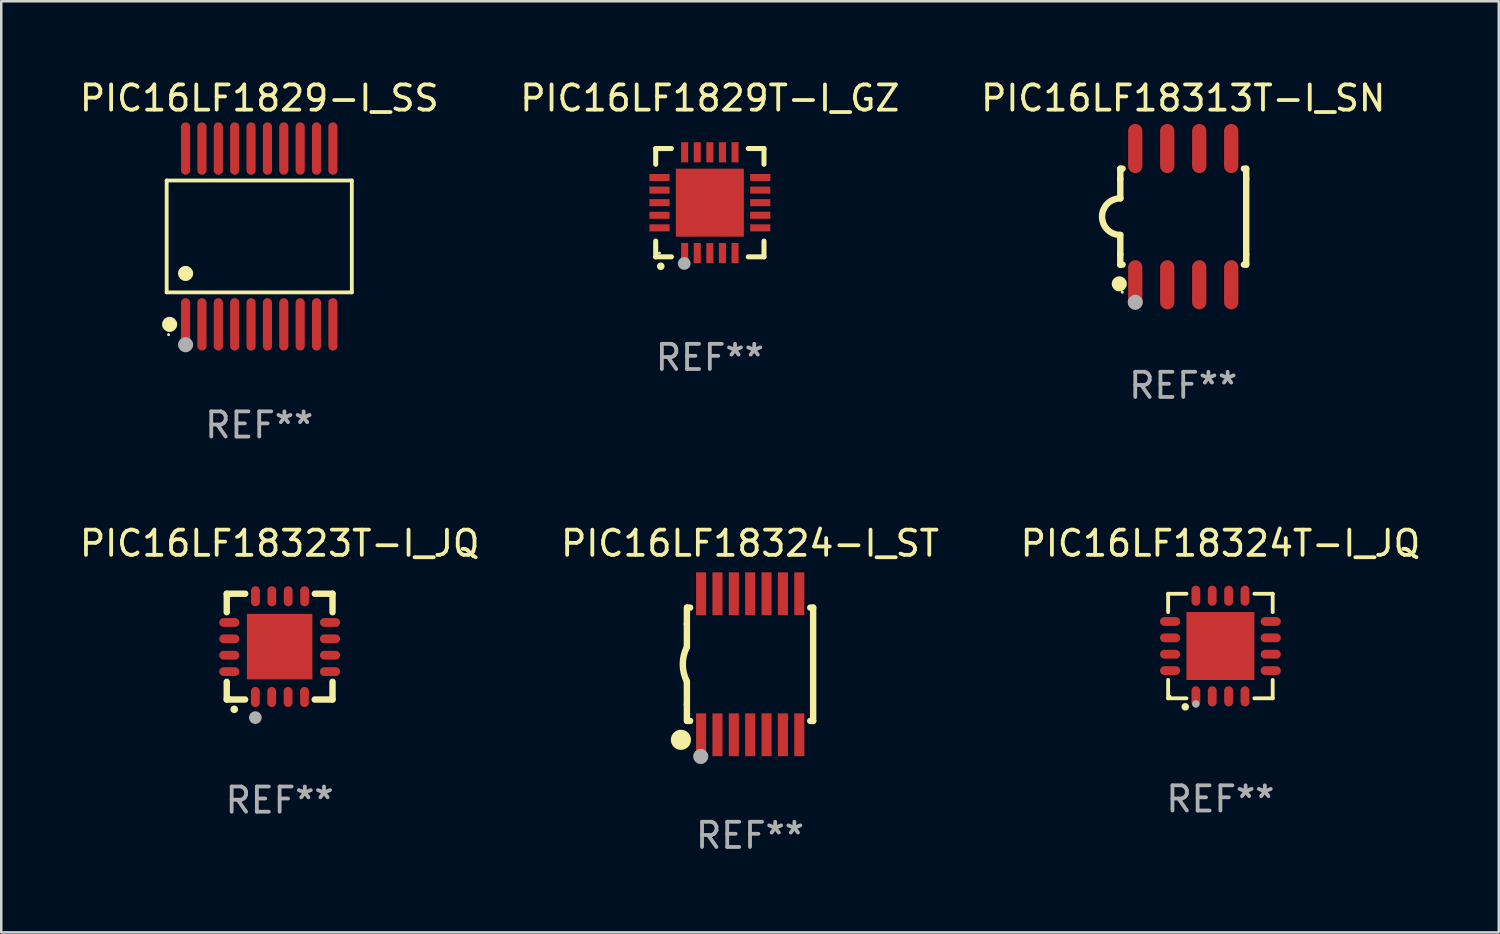
<source format=kicad_pcb>
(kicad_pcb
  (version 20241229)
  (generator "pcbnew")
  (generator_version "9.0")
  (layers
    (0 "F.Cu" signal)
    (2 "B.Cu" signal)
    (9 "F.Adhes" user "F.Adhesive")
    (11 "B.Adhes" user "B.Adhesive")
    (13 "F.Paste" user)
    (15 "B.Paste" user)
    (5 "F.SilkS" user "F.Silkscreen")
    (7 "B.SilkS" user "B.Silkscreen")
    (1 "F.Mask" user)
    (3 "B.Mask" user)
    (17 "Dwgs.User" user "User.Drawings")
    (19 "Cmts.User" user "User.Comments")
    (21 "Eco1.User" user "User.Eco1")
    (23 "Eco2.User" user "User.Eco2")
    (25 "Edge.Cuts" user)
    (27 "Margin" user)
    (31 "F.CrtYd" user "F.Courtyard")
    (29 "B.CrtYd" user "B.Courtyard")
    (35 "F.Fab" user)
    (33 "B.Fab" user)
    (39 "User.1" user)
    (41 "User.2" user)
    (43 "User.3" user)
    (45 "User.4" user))
  (footprint "PIC16LF1829T-I_GZ"
    (layer "F.Cu")
    (at 25.137 4.998)
    (property "Reference" "PIC16LF1829T-I_GZ" (at 0 -4.15 0) (layer "F.SilkS") (effects (font (size 1 1) (thickness 0.15))))
    (attr through_hole)
    (fp_line (start -2.15 -2.15) (end -2.15 -1.525) (stroke (width 0.2) (type solid)) (layer "F.SilkS"))
    (fp_line (start -2.15 2.15) (end -2.15 1.525) (stroke (width 0.2) (type solid)) (layer "F.SilkS"))
    (fp_line (start -1.525 -2.15) (end -2.15 -2.15) (stroke (width 0.2) (type solid)) (layer "F.SilkS"))
    (fp_line (start -1.525 2.15) (end -2.15 2.15) (stroke (width 0.2) (type solid)) (layer "F.SilkS"))
    (fp_line (start 1.525 2.15) (end 2.15 2.15) (stroke (width 0.2) (type solid)) (layer "F.SilkS"))
    (fp_line (start 2.15 -2.15) (end 1.525 -2.15) (stroke (width 0.2) (type solid)) (layer "F.SilkS"))
    (fp_line (start 2.15 -1.525) (end 2.15 -2.15) (stroke (width 0.2) (type solid)) (layer "F.SilkS"))
    (fp_line (start 2.15 2.15) (end 2.15 1.525) (stroke (width 0.2) (type solid)) (layer "F.SilkS"))
    (fp_arc (start -1.950724 2.524765) (mid -1.949454 2.52476) (end -1.948184 2.524765) (stroke (width 0.3) (type solid)) (layer "F.SilkS"))
    (fp_circle (center -2 2) (end -1.97 2) (stroke (width 0.06) (type solid)) (fill no) (layer "F.SilkS"))
    (fp_circle (center -1.016 2.413) (end -0.889 2.413) (stroke (width 0.254) (type solid)) (fill no) (layer "F.Fab"))
    (fp_text user "REF**" (at 0 6.15 0) (layer "F.Fab") (effects (font (size 1 1) (thickness 0.15))))
    (pad "1" smd rect (at -1 2 180) (size 0.28 0.8) (layers "F.Cu" "F.Mask" "F.Paste"))
    (pad "2" smd rect (at -0.5 2 180) (size 0.28 0.8) (layers "F.Cu" "F.Mask" "F.Paste"))
    (pad "3" smd rect (at 0 2 180) (size 0.28 0.8) (layers "F.Cu" "F.Mask" "F.Paste"))
    (pad "4" smd rect (at 0.5 2 180) (size 0.28 0.8) (layers "F.Cu" "F.Mask" "F.Paste"))
    (pad "5" smd rect (at 1 2 180) (size 0.28 0.8) (layers "F.Cu" "F.Mask" "F.Paste"))
    (pad "6" smd rect (at 2 1 90) (size 0.28 0.8) (layers "F.Cu" "F.Mask" "F.Paste"))
    (pad "7" smd rect (at 2 0.5 90) (size 0.28 0.8) (layers "F.Cu" "F.Mask" "F.Paste"))
    (pad "8" smd rect (at 2 0 90) (size 0.28 0.8) (layers "F.Cu" "F.Mask" "F.Paste"))
    (pad "9" smd rect (at 2 -0.5 90) (size 0.28 0.8) (layers "F.Cu" "F.Mask" "F.Paste"))
    (pad "10" smd rect (at 2 -1 90) (size 0.28 0.8) (layers "F.Cu" "F.Mask" "F.Paste"))
    (pad "11" smd rect (at 1 -2 180) (size 0.28 0.8) (layers "F.Cu" "F.Mask" "F.Paste"))
    (pad "12" smd rect (at 0.5 -2 180) (size 0.28 0.8) (layers "F.Cu" "F.Mask" "F.Paste"))
    (pad "13" smd rect (at 0 -2 180) (size 0.28 0.8) (layers "F.Cu" "F.Mask" "F.Paste"))
    (pad "14" smd rect (at -0.5 -2 180) (size 0.28 0.8) (layers "F.Cu" "F.Mask" "F.Paste"))
    (pad "15" smd rect (at -1 -2 180) (size 0.28 0.8) (layers "F.Cu" "F.Mask" "F.Paste"))
    (pad "16" smd rect (at -2 -1 90) (size 0.28 0.8) (layers "F.Cu" "F.Mask" "F.Paste"))
    (pad "17" smd rect (at -2 -0.5 90) (size 0.28 0.8) (layers "F.Cu" "F.Mask" "F.Paste"))
    (pad "18" smd rect (at -2 0 90) (size 0.28 0.8) (layers "F.Cu" "F.Mask" "F.Paste"))
    (pad "19" smd rect (at -2 0.5 90) (size 0.28 0.8) (layers "F.Cu" "F.Mask" "F.Paste"))
    (pad "20" smd rect (at -2 1 90) (size 0.28 0.8) (layers "F.Cu" "F.Mask" "F.Paste"))
    (pad "21" smd rect (at 0 0 90) (size 2.7 2.7) (layers "F.Cu" "F.Mask" "F.Paste")))
  (footprint "PIC16LF18324T-I_JQ"
    (layer "F.Cu")
    (at 45.411 22.603)
    (property "Reference" "PIC16LF18324T-I_JQ" (at 0 -4.076 0) (layer "F.SilkS") (effects (font (size 1 1) (thickness 0.15))))
    (attr through_hole)
    (fp_line (start -2.076 -2.076) (end -1.347 -2.076) (stroke (width 0.152) (type solid)) (layer "F.SilkS"))
    (fp_line (start -2.076 -1.347) (end -2.076 -2.076) (stroke (width 0.152) (type solid)) (layer "F.SilkS"))
    (fp_line (start -2.076 1.347) (end -2.076 2.076) (stroke (width 0.152) (type solid)) (layer "F.SilkS"))
    (fp_line (start -2.076 2.076) (end -1.347 2.076) (stroke (width 0.152) (type solid)) (layer "F.SilkS"))
    (fp_line (start 2.076 -2.076) (end 1.347 -2.076) (stroke (width 0.152) (type solid)) (layer "F.SilkS"))
    (fp_line (start 2.076 -1.347) (end 2.076 -2.076) (stroke (width 0.152) (type solid)) (layer "F.SilkS"))
    (fp_line (start 2.076 1.347) (end 2.076 2.076) (stroke (width 0.152) (type solid)) (layer "F.SilkS"))
    (fp_line (start 2.076 2.076) (end 1.347 2.076) (stroke (width 0.152) (type solid)) (layer "F.SilkS"))
    (fp_circle (center -2 2) (end -1.97 2) (stroke (width 0.06) (type solid)) (fill no) (layer "F.SilkS"))
    (fp_circle (center -1.397 2.413) (end -1.322 2.413) (stroke (width 0.15) (type solid)) (fill no) (layer "F.SilkS"))
    (fp_circle (center -0.975 2.3) (end -0.9 2.3) (stroke (width 0.15) (type solid)) (fill no) (layer "F.Fab"))
    (fp_text user "REF**" (at 0 6.076 0) (layer "F.Fab") (effects (font (size 1 1) (thickness 0.15))))
    (pad "1" smd oval (at -0.975 1.998) (size 0.35 0.8) (layers "F.Cu" "F.Mask" "F.Paste"))
    (pad "2" smd oval (at -0.325 1.998) (size 0.35 0.8) (layers "F.Cu" "F.Mask" "F.Paste"))
    (pad "3" smd oval (at 0.325 1.998) (size 0.35 0.8) (layers "F.Cu" "F.Mask" "F.Paste"))
    (pad "4" smd oval (at 0.975 1.998) (size 0.35 0.8) (layers "F.Cu" "F.Mask" "F.Paste"))
    (pad "5" smd oval (at 1.998 0.975) (size 0.8 0.35) (layers "F.Cu" "F.Mask" "F.Paste"))
    (pad "6" smd oval (at 1.998 0.325) (size 0.8 0.35) (layers "F.Cu" "F.Mask" "F.Paste"))
    (pad "7" smd oval (at 1.998 -0.325) (size 0.8 0.35) (layers "F.Cu" "F.Mask" "F.Paste"))
    (pad "8" smd oval (at 1.998 -0.975) (size 0.8 0.35) (layers "F.Cu" "F.Mask" "F.Paste"))
    (pad "9" smd oval (at 0.975 -1.998) (size 0.35 0.8) (layers "F.Cu" "F.Mask" "F.Paste"))
    (pad "10" smd oval (at 0.325 -1.998) (size 0.35 0.8) (layers "F.Cu" "F.Mask" "F.Paste"))
    (pad "11" smd oval (at -0.325 -1.998) (size 0.35 0.8) (layers "F.Cu" "F.Mask" "F.Paste"))
    (pad "12" smd oval (at -0.975 -1.998) (size 0.35 0.8) (layers "F.Cu" "F.Mask" "F.Paste"))
    (pad "13" smd oval (at -1.998 -0.975) (size 0.8 0.35) (layers "F.Cu" "F.Mask" "F.Paste"))
    (pad "14" smd oval (at -1.998 -0.325) (size 0.8 0.35) (layers "F.Cu" "F.Mask" "F.Paste"))
    (pad "15" smd oval (at -1.998 0.325) (size 0.8 0.35) (layers "F.Cu" "F.Mask" "F.Paste"))
    (pad "16" smd oval (at -1.998 0.975) (size 0.8 0.35) (layers "F.Cu" "F.Mask" "F.Paste"))
    (pad "17" smd rect (at 0 0) (size 2.7 2.7) (layers "F.Cu" "F.Mask" "F.Paste")))
  (footprint "PIC16LF1829-I_SS"
    (layer "F.Cu")
    (at 7.244 6.339)
    (property "Reference" "PIC16LF1829-I_SS" (at 0 -5.491 0) (layer "F.SilkS") (effects (font (size 1 1) (thickness 0.15))))
    (attr through_hole)
    (fp_line (start -3.676 -2.221) (end 3.676 -2.221) (stroke (width 0.152) (type solid)) (layer "F.SilkS"))
    (fp_line (start -3.676 2.221) (end -3.676 -2.221) (stroke (width 0.152) (type solid)) (layer "F.SilkS"))
    (fp_line (start 3.676 -2.221) (end 3.676 2.221) (stroke (width 0.152) (type solid)) (layer "F.SilkS"))
    (fp_line (start 3.676 2.221) (end -3.676 2.221) (stroke (width 0.152) (type solid)) (layer "F.SilkS"))
    (fp_circle (center -3.6 3.9) (end -3.57 3.9) (stroke (width 0.06) (type solid)) (fill no) (layer "F.SilkS"))
    (fp_circle (center -3.559 3.491) (end -3.409 3.491) (stroke (width 0.3) (type solid)) (fill no) (layer "F.SilkS"))
    (fp_circle (center -2.925 1.469) (end -2.775 1.469) (stroke (width 0.3) (type solid)) (fill no) (layer "F.SilkS"))
    (fp_circle (center -2.925 4.3) (end -2.775 4.3) (stroke (width 0.3) (type solid)) (fill no) (layer "F.Fab"))
    (fp_text user "REF**" (at 0 7.491 0) (layer "F.Fab") (effects (font (size 1 1) (thickness 0.15))))
    (pad "1" smd oval (at -2.925 3.491) (size 0.364 2.082) (layers "F.Cu" "F.Mask" "F.Paste"))
    (pad "2" smd oval (at -2.275 3.491) (size 0.364 2.082) (layers "F.Cu" "F.Mask" "F.Paste"))
    (pad "3" smd oval (at -1.625 3.491) (size 0.364 2.082) (layers "F.Cu" "F.Mask" "F.Paste"))
    (pad "4" smd oval (at -0.975 3.491) (size 0.364 2.082) (layers "F.Cu" "F.Mask" "F.Paste"))
    (pad "5" smd oval (at -0.325 3.491) (size 0.364 2.082) (layers "F.Cu" "F.Mask" "F.Paste"))
    (pad "6" smd oval (at 0.325 3.491) (size 0.364 2.082) (layers "F.Cu" "F.Mask" "F.Paste"))
    (pad "7" smd oval (at 0.975 3.491) (size 0.364 2.082) (layers "F.Cu" "F.Mask" "F.Paste"))
    (pad "8" smd oval (at 1.625 3.491) (size 0.364 2.082) (layers "F.Cu" "F.Mask" "F.Paste"))
    (pad "9" smd oval (at 2.275 3.491) (size 0.364 2.082) (layers "F.Cu" "F.Mask" "F.Paste"))
    (pad "10" smd oval (at 2.925 3.491) (size 0.364 2.082) (layers "F.Cu" "F.Mask" "F.Paste"))
    (pad "11" smd oval (at 2.925 -3.491) (size 0.364 2.082) (layers "F.Cu" "F.Mask" "F.Paste"))
    (pad "12" smd oval (at 2.275 -3.491) (size 0.364 2.082) (layers "F.Cu" "F.Mask" "F.Paste"))
    (pad "13" smd oval (at 1.625 -3.491) (size 0.364 2.082) (layers "F.Cu" "F.Mask" "F.Paste"))
    (pad "14" smd oval (at 0.975 -3.491) (size 0.364 2.082) (layers "F.Cu" "F.Mask" "F.Paste"))
    (pad "15" smd oval (at 0.325 -3.491) (size 0.364 2.082) (layers "F.Cu" "F.Mask" "F.Paste"))
    (pad "16" smd oval (at -0.325 -3.491) (size 0.364 2.082) (layers "F.Cu" "F.Mask" "F.Paste"))
    (pad "17" smd oval (at -0.975 -3.491) (size 0.364 2.082) (layers "F.Cu" "F.Mask" "F.Paste"))
    (pad "18" smd oval (at -1.625 -3.491) (size 0.364 2.082) (layers "F.Cu" "F.Mask" "F.Paste"))
    (pad "19" smd oval (at -2.275 -3.491) (size 0.364 2.082) (layers "F.Cu" "F.Mask" "F.Paste"))
    (pad "20" smd oval (at -2.925 -3.491) (size 0.364 2.082) (layers "F.Cu" "F.Mask" "F.Paste")))
  (footprint "PIC16LF18323T-I_JQ"
    (layer "F.Cu")
    (at 8.054 22.627)
    (property "Reference" "PIC16LF18323T-I_JQ" (at 0 -4.1 0) (layer "F.SilkS") (effects (font (size 1 1) (thickness 0.15))))
    (attr through_hole)
    (fp_line (start -2.1 -2.1) (end -1.366 -2.1) (stroke (width 0.254) (type solid)) (layer "F.SilkS"))
    (fp_line (start -2.1 -1.366) (end -2.1 -2.1) (stroke (width 0.254) (type solid)) (layer "F.SilkS"))
    (fp_line (start -2.1 2.1) (end -2.1 1.397) (stroke (width 0.254) (type solid)) (layer "F.SilkS"))
    (fp_line (start -2.1 2.1) (end -1.371 2.1) (stroke (width 0.254) (type solid)) (layer "F.SilkS"))
    (fp_line (start 1.392 2.1) (end 2.1 2.1) (stroke (width 0.254) (type solid)) (layer "F.SilkS"))
    (fp_line (start 1.397 -2.1) (end 2.1 -2.1) (stroke (width 0.254) (type solid)) (layer "F.SilkS"))
    (fp_line (start 2.1 -1.366) (end 2.1 -2.1) (stroke (width 0.254) (type solid)) (layer "F.SilkS"))
    (fp_line (start 2.1 2.1) (end 2.1 1.397) (stroke (width 0.254) (type solid)) (layer "F.SilkS"))
    (fp_arc (start -1.803404 2.489205) (mid -1.802134 2.4892) (end -1.800864 2.489205) (stroke (width 0.3) (type solid)) (layer "F.SilkS"))
    (fp_circle (center -2 2) (end -1.97 2) (stroke (width 0.06) (type solid)) (fill no) (layer "F.SilkS"))
    (fp_circle (center -0.965 2.819) (end -0.838 2.819) (stroke (width 0.254) (type solid)) (fill no) (layer "F.Fab"))
    (fp_text user "REF**" (at 0 6.1 0) (layer "F.Fab") (effects (font (size 1 1) (thickness 0.15))))
    (pad "1" smd oval (at -0.965 2) (size 0.35 0.8) (layers "F.Cu" "F.Mask" "F.Paste"))
    (pad "2" smd oval (at -0.315 2) (size 0.35 0.8) (layers "F.Cu" "F.Mask" "F.Paste"))
    (pad "3" smd oval (at 0.335 2) (size 0.35 0.8) (layers "F.Cu" "F.Mask" "F.Paste"))
    (pad "4" smd oval (at 0.986 2) (size 0.35 0.8) (layers "F.Cu" "F.Mask" "F.Paste"))
    (pad "5" smd oval (at 2 0.991 90) (size 0.35 0.8) (layers "F.Cu" "F.Mask" "F.Paste"))
    (pad "6" smd oval (at 2 0.34 90) (size 0.35 0.8) (layers "F.Cu" "F.Mask" "F.Paste"))
    (pad "7" smd oval (at 2 -0.31 90) (size 0.35 0.8) (layers "F.Cu" "F.Mask" "F.Paste"))
    (pad "8" smd oval (at 2 -0.96 90) (size 0.35 0.8) (layers "F.Cu" "F.Mask" "F.Paste"))
    (pad "9" smd oval (at 0.991 -2) (size 0.35 0.8) (layers "F.Cu" "F.Mask" "F.Paste"))
    (pad "10" smd oval (at 0.34 -2) (size 0.35 0.8) (layers "F.Cu" "F.Mask" "F.Paste"))
    (pad "11" smd oval (at -0.31 -2) (size 0.35 0.8) (layers "F.Cu" "F.Mask" "F.Paste"))
    (pad "12" smd oval (at -0.96 -2) (size 0.35 0.8) (layers "F.Cu" "F.Mask" "F.Paste"))
    (pad "13" smd oval (at -2 -0.96 90) (size 0.35 0.8) (layers "F.Cu" "F.Mask" "F.Paste"))
    (pad "14" smd oval (at -2 -0.31 90) (size 0.35 0.8) (layers "F.Cu" "F.Mask" "F.Paste"))
    (pad "15" smd oval (at -2 0.34 90) (size 0.35 0.8) (layers "F.Cu" "F.Mask" "F.Paste"))
    (pad "16" smd oval (at -2 0.991 90) (size 0.35 0.8) (layers "F.Cu" "F.Mask" "F.Paste"))
    (pad "17" smd rect (at 0 0 90) (size 2.6 2.6) (layers "F.Cu" "F.Mask" "F.Paste")))
  (footprint "PIC16LF18324-I_ST"
    (layer "F.Cu")
    (at 26.732 23.327)
    (property "Reference" "PIC16LF18324-I_ST" (at 0 -4.8 0) (layer "F.SilkS") (effects (font (size 1 1) (thickness 0.15))))
    (attr through_hole)
    (fp_line (start -2.507 -1.6) (end -2.507 -2.25) (stroke (width 0.254) (type solid)) (layer "F.SilkS"))
    (fp_line (start -2.507 -0.686) (end -2.507 -1.6) (stroke (width 0.254) (type solid)) (layer "F.SilkS"))
    (fp_line (start -2.507 1.6) (end -2.507 0.686) (stroke (width 0.254) (type solid)) (layer "F.SilkS"))
    (fp_line (start -2.507 1.6) (end -2.507 2.25) (stroke (width 0.254) (type solid)) (layer "F.SilkS"))
    (fp_line (start -2.493 -2.25) (end -2.377 -2.25) (stroke (width 0.254) (type solid)) (layer "F.SilkS"))
    (fp_line (start -2.377 2.25) (end -2.493 2.25) (stroke (width 0.254) (type solid)) (layer "F.SilkS"))
    (fp_line (start 2.392 -2.25) (end 2.507 -2.25) (stroke (width 0.254) (type solid)) (layer "F.SilkS"))
    (fp_line (start 2.507 -2.25) (end 2.507 2.25) (stroke (width 0.254) (type solid)) (layer "F.SilkS"))
    (fp_line (start 2.507 2.25) (end 2.392 2.25) (stroke (width 0.254) (type solid)) (layer "F.SilkS"))
    (fp_arc (start -2.507303 0.685802) (mid -2.669199 0) (end -2.507303 -0.685801) (stroke (width 0.254001) (type solid)) (layer "F.SilkS"))
    (fp_circle (center -2.743 3) (end -2.543 3) (stroke (width 0.4) (type solid)) (fill no) (layer "F.SilkS"))
    (fp_circle (center -2.493 3.2) (end -2.463 3.2) (stroke (width 0.06) (type solid)) (fill no) (layer "F.SilkS"))
    (fp_circle (center -1.957 3.662) (end -1.807 3.662) (stroke (width 0.3) (type solid)) (fill no) (layer "F.Fab"))
    (fp_text user "REF**" (at 0 6.8 0) (layer "F.Fab") (effects (font (size 1 1) (thickness 0.15))))
    (pad "1" smd rect (at -1.943 2.8) (size 0.4 1.7) (layers "F.Cu" "F.Mask" "F.Paste"))
    (pad "2" smd rect (at -1.293 2.8) (size 0.4 1.7) (layers "F.Cu" "F.Mask" "F.Paste"))
    (pad "3" smd rect (at -0.643 2.8) (size 0.4 1.7) (layers "F.Cu" "F.Mask" "F.Paste"))
    (pad "4" smd rect (at 0.007 2.8) (size 0.4 1.7) (layers "F.Cu" "F.Mask" "F.Paste"))
    (pad "5" smd rect (at 0.657 2.8) (size 0.4 1.7) (layers "F.Cu" "F.Mask" "F.Paste"))
    (pad "6" smd rect (at 1.307 2.8) (size 0.4 1.7) (layers "F.Cu" "F.Mask" "F.Paste"))
    (pad "7" smd rect (at 1.957 2.8) (size 0.4 1.7) (layers "F.Cu" "F.Mask" "F.Paste"))
    (pad "8" smd rect (at 1.957 -2.8) (size 0.4 1.7) (layers "F.Cu" "F.Mask" "F.Paste"))
    (pad "9" smd rect (at 1.307 -2.8) (size 0.4 1.7) (layers "F.Cu" "F.Mask" "F.Paste"))
    (pad "10" smd rect (at 0.657 -2.8) (size 0.4 1.7) (layers "F.Cu" "F.Mask" "F.Paste"))
    (pad "11" smd rect (at 0.007 -2.8) (size 0.4 1.7) (layers "F.Cu" "F.Mask" "F.Paste"))
    (pad "12" smd rect (at -0.643 -2.8) (size 0.4 1.7) (layers "F.Cu" "F.Mask" "F.Paste"))
    (pad "13" smd rect (at -1.293 -2.8) (size 0.4 1.7) (layers "F.Cu" "F.Mask" "F.Paste"))
    (pad "14" smd rect (at -1.943 -2.8) (size 0.4 1.7) (layers "F.Cu" "F.Mask" "F.Paste")))
  (footprint "PIC16LF18313T-I_SN"
    (layer "F.Cu")
    (at 43.935 5.553)
    (property "Reference" "PIC16LF18313T-I_SN" (at 0 -4.705 0) (layer "F.SilkS") (effects (font (size 1 1) (thickness 0.15))))
    (attr through_hole)
    (fp_line (start -2.5 -1.905) (end -2.409 -1.905) (stroke (width 0.254) (type solid)) (layer "F.SilkS"))
    (fp_line (start -2.5 -1.5) (end -2.5 -1.905) (stroke (width 0.254) (type solid)) (layer "F.SilkS"))
    (fp_line (start -2.5 -1.5) (end -2.5 -0.726) (stroke (width 0.254) (type solid)) (layer "F.SilkS"))
    (fp_line (start -2.5 1.5) (end -2.5 0.727) (stroke (width 0.254) (type solid)) (layer "F.SilkS"))
    (fp_line (start -2.5 1.5) (end -2.5 1.905) (stroke (width 0.254) (type solid)) (layer "F.SilkS"))
    (fp_line (start -2.5 1.905) (end -2.409 1.905) (stroke (width 0.254) (type solid)) (layer "F.SilkS"))
    (fp_line (start 2.5 -1.905) (end 2.409 -1.905) (stroke (width 0.254) (type solid)) (layer "F.SilkS"))
    (fp_line (start 2.5 -1.5) (end 2.5 -1.905) (stroke (width 0.254) (type solid)) (layer "F.SilkS"))
    (fp_line (start 2.5 -1.5) (end 2.5 1.5) (stroke (width 0.254) (type solid)) (layer "F.SilkS"))
    (fp_line (start 2.5 1.5) (end 2.5 1.905) (stroke (width 0.254) (type solid)) (layer "F.SilkS"))
    (fp_line (start 2.5 1.905) (end 2.409 1.905) (stroke (width 0.254) (type solid)) (layer "F.SilkS"))
    (fp_arc (start -2.5 0.726568) (mid -3.220316 -0.0023) (end -2.495097 -0.726289) (stroke (width 0.254001) (type solid)) (layer "F.SilkS"))
    (fp_circle (center -2.54 2.667) (end -2.39 2.667) (stroke (width 0.3) (type solid)) (fill no) (layer "F.SilkS"))
    (fp_circle (center -2.42 3) (end -2.39 3) (stroke (width 0.06) (type solid)) (fill no) (layer "F.SilkS"))
    (fp_circle (center -1.905 3.4) (end -1.755 3.4) (stroke (width 0.3) (type solid)) (fill no) (layer "F.Fab"))
    (fp_text user "REF**" (at 0 6.705 0) (layer "F.Fab") (effects (font (size 1 1) (thickness 0.15))))
    (pad "1" smd oval (at -1.905 2.705) (size 0.568 1.95) (layers "F.Cu" "F.Mask" "F.Paste"))
    (pad "2" smd oval (at -0.635 2.705) (size 0.568 1.95) (layers "F.Cu" "F.Mask" "F.Paste"))
    (pad "3" smd oval (at 0.635 2.705) (size 0.568 1.95) (layers "F.Cu" "F.Mask" "F.Paste"))
    (pad "4" smd oval (at 1.905 2.705) (size 0.568 1.95) (layers "F.Cu" "F.Mask" "F.Paste"))
    (pad "5" smd oval (at 1.905 -2.705) (size 0.568 1.95) (layers "F.Cu" "F.Mask" "F.Paste"))
    (pad "6" smd oval (at 0.635 -2.705) (size 0.568 1.95) (layers "F.Cu" "F.Mask" "F.Paste"))
    (pad "7" smd oval (at -0.635 -2.705) (size 0.568 1.95) (layers "F.Cu" "F.Mask" "F.Paste"))
    (pad "8" smd oval (at -1.905 -2.705) (size 0.568 1.95) (layers "F.Cu" "F.Mask" "F.Paste")))
  (gr_rect
    (start -3 -3)
    (end 56.464 33.975)
    (stroke (width 0.1) (type default))
    (fill no)
    (layer "Edge.Cuts")))
</source>
